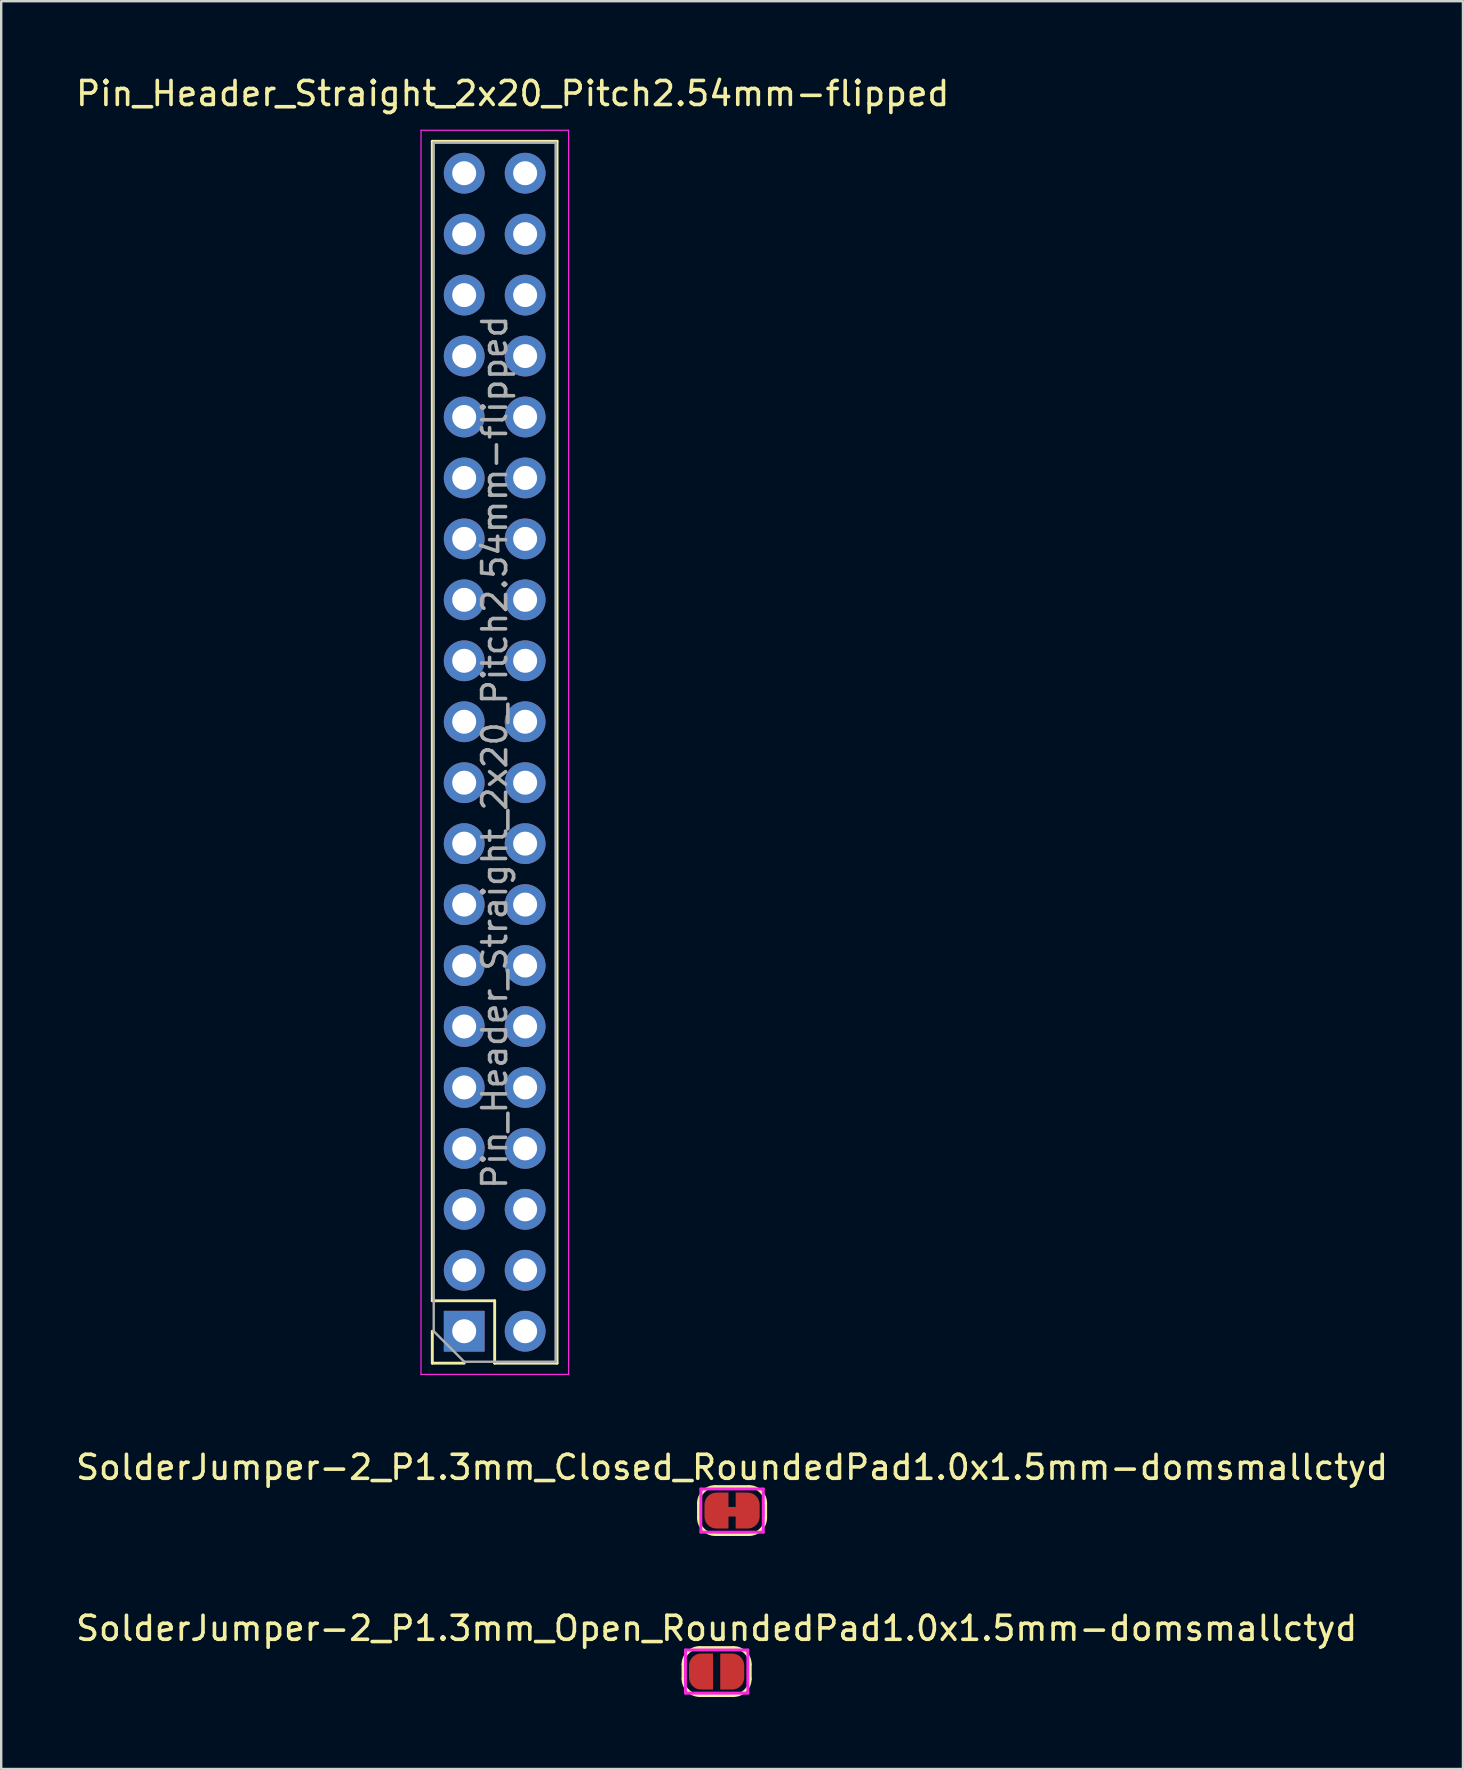
<source format=kicad_pcb>
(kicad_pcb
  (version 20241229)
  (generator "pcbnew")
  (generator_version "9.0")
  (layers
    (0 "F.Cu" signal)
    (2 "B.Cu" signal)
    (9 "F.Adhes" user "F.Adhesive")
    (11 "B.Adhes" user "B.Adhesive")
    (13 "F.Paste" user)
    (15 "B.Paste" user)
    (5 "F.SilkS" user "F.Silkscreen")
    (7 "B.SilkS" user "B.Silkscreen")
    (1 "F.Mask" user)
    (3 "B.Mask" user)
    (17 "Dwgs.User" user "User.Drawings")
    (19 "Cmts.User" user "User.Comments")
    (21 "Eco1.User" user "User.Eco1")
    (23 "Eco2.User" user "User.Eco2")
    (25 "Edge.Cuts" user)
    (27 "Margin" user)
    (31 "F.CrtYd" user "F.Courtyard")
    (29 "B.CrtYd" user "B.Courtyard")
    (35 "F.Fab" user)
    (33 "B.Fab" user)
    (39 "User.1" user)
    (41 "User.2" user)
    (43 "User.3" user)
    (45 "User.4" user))
  (footprint "SolderJumper-2_P1.3mm_Open_RoundedPad1.0x1.5mm-domsmallctyd"
    (layer "F.Cu")
    (at 26.815 66.61)
    (property "Reference" "SolderJumper-2_P1.3mm_Open_RoundedPad1.0x1.5mm-domsmallctyd" (at 0 -1.8 0) (layer "F.SilkS") (effects (font (size 1 1) (thickness 0.15))))
    (attr exclude_from_pos_files exclude_from_bom)
    (fp_line (start -1.4 0.3) (end -1.4 -0.3) (stroke (width 0.12) (type solid)) (layer "F.SilkS"))
    (fp_line (start -0.7 -1) (end 0.7 -1) (stroke (width 0.12) (type solid)) (layer "F.SilkS"))
    (fp_line (start 0.7 1) (end -0.7 1) (stroke (width 0.12) (type solid)) (layer "F.SilkS"))
    (fp_line (start 1.4 -0.3) (end 1.4 0.3) (stroke (width 0.12) (type solid)) (layer "F.SilkS"))
    (fp_arc (start -1.4 -0.3) (mid -1.194975 -0.794975) (end -0.7 -1) (stroke (width 0.12) (type solid)) (layer "F.SilkS"))
    (fp_arc (start -0.7 1) (mid -1.194975 0.794975) (end -1.4 0.3) (stroke (width 0.12) (type solid)) (layer "F.SilkS"))
    (fp_arc (start 0.7 -1) (mid 1.194975 -0.794975) (end 1.4 -0.3) (stroke (width 0.12) (type solid)) (layer "F.SilkS"))
    (fp_arc (start 1.4 0.3) (mid 1.194975 0.794975) (end 0.7 1) (stroke (width 0.12) (type solid)) (layer "F.SilkS"))
    (fp_line (start -1.3 -0.9) (end 1.3 -0.9) (stroke (width 0.12) (type solid)) (layer "F.CrtYd"))
    (fp_line (start -1.3 0.9) (end -1.3 -0.9) (stroke (width 0.12) (type solid)) (layer "F.CrtYd"))
    (fp_line (start 1.3 -0.9) (end 1.3 0.9) (stroke (width 0.12) (type solid)) (layer "F.CrtYd"))
    (fp_line (start 1.3 0.9) (end -1.3 0.9) (stroke (width 0.12) (type solid)) (layer "F.CrtYd"))
    (pad "1" smd custom (at -0.65 0) (size 1 0.5) (layers "F.Cu" "F.Mask") (options (anchor rect)) (primitives (gr_circle (center 0 0.25) (end 0.5 0.25) (width 0) (fill yes)) (gr_circle (center 0 -0.25) (end 0.5 -0.25) (width 0) (fill yes)) (gr_poly (pts (xy 0 -0.75) (xy 0.5 -0.75) (xy 0.5 0.75) (xy 0 0.75)) (width 0) (fill yes))))
    (pad "2" smd custom (at 0.65 0) (size 1 0.5) (layers "F.Cu" "F.Mask") (options (anchor rect)) (primitives (gr_circle (center 0 0.25) (end 0.5 0.25) (width 0) (fill yes)) (gr_circle (center 0 -0.25) (end 0.5 -0.25) (width 0) (fill yes)) (gr_poly (pts (xy 0 -0.75) (xy -0.5 -0.75) (xy -0.5 0.75) (xy 0 0.75)) (width 0) (fill yes)))))
  (footprint "Pin_Header_Straight_2x20_Pitch2.54mm-flipped"
    (layer "F.Cu")
    (at 17.045 3.178)
    (property "Reference" "Pin_Header_Straight_2x20_Pitch2.54mm-flipped" (at 1.27 -2.33 0) (layer "F.SilkS") (effects (font (size 1 1) (thickness 0.15))))
    (attr through_hole)
    (fp_line (start -2.08 -0.34) (end 3.12 -0.34) (stroke (width 0.12) (type solid)) (layer "F.SilkS"))
    (fp_line (start -2.08 47.98) (end -2.08 -0.34) (stroke (width 0.12) (type solid)) (layer "F.SilkS"))
    (fp_line (start -2.08 47.98) (end 0.52 47.98) (stroke (width 0.12) (type solid)) (layer "F.SilkS"))
    (fp_line (start -2.08 49.25) (end -2.08 50.58) (stroke (width 0.12) (type solid)) (layer "F.SilkS"))
    (fp_line (start -2.08 50.58) (end -0.75 50.58) (stroke (width 0.12) (type solid)) (layer "F.SilkS"))
    (fp_line (start 0.52 47.98) (end 0.52 50.58) (stroke (width 0.12) (type solid)) (layer "F.SilkS"))
    (fp_line (start 0.52 50.58) (end 3.12 50.58) (stroke (width 0.12) (type solid)) (layer "F.SilkS"))
    (fp_line (start 3.12 50.58) (end 3.12 -0.34) (stroke (width 0.12) (type solid)) (layer "F.SilkS"))
    (fp_line (start -2.55 -0.8) (end 3.6 -0.8) (stroke (width 0.05) (type solid)) (layer "F.CrtYd"))
    (fp_line (start -2.55 51.05) (end -2.55 -0.8) (stroke (width 0.05) (type solid)) (layer "F.CrtYd"))
    (fp_line (start 3.6 -0.8) (end 3.6 51.05) (stroke (width 0.05) (type solid)) (layer "F.CrtYd"))
    (fp_line (start 3.6 51.05) (end -2.55 51.05) (stroke (width 0.05) (type solid)) (layer "F.CrtYd"))
    (fp_line (start -2.02 -0.28) (end -2.02 49.25) (stroke (width 0.1) (type solid)) (layer "F.Fab"))
    (fp_line (start -2.02 49.25) (end -0.75 50.52) (stroke (width 0.1) (type solid)) (layer "F.Fab"))
    (fp_line (start -0.75 50.52) (end 3.06 50.52) (stroke (width 0.1) (type solid)) (layer "F.Fab"))
    (fp_line (start 3.06 -0.28) (end -2.02 -0.28) (stroke (width 0.1) (type solid)) (layer "F.Fab"))
    (fp_line (start 3.06 50.52) (end 3.06 -0.28) (stroke (width 0.1) (type solid)) (layer "F.Fab"))
    (fp_text user "${REFERENCE}" (at 0.52 25.12 270) (layer "F.Fab") (effects (font (size 1 1) (thickness 0.15))))
    (pad "1" thru_hole rect (at -0.75 49.25 180) (size 1.7 1.7) (drill 1) (layers "*.Cu" "*.Mask"))
    (pad "2" thru_hole oval (at 1.79 49.25 180) (size 1.7 1.7) (drill 1) (layers "*.Cu" "*.Mask"))
    (pad "3" thru_hole oval (at -0.75 46.71 180) (size 1.7 1.7) (drill 1) (layers "*.Cu" "*.Mask"))
    (pad "4" thru_hole oval (at 1.79 46.71 180) (size 1.7 1.7) (drill 1) (layers "*.Cu" "*.Mask"))
    (pad "5" thru_hole oval (at -0.75 44.17 180) (size 1.7 1.7) (drill 1) (layers "*.Cu" "*.Mask"))
    (pad "6" thru_hole oval (at 1.79 44.17 180) (size 1.7 1.7) (drill 1) (layers "*.Cu" "*.Mask"))
    (pad "7" thru_hole oval (at -0.75 41.63 180) (size 1.7 1.7) (drill 1) (layers "*.Cu" "*.Mask"))
    (pad "8" thru_hole oval (at 1.79 41.63 180) (size 1.7 1.7) (drill 1) (layers "*.Cu" "*.Mask"))
    (pad "9" thru_hole oval (at -0.75 39.09 180) (size 1.7 1.7) (drill 1) (layers "*.Cu" "*.Mask"))
    (pad "10" thru_hole oval (at 1.79 39.09 180) (size 1.7 1.7) (drill 1) (layers "*.Cu" "*.Mask"))
    (pad "11" thru_hole oval (at -0.75 36.55 180) (size 1.7 1.7) (drill 1) (layers "*.Cu" "*.Mask"))
    (pad "12" thru_hole oval (at 1.79 36.55 180) (size 1.7 1.7) (drill 1) (layers "*.Cu" "*.Mask"))
    (pad "13" thru_hole oval (at -0.75 34.01 180) (size 1.7 1.7) (drill 1) (layers "*.Cu" "*.Mask"))
    (pad "14" thru_hole oval (at 1.79 34.01 180) (size 1.7 1.7) (drill 1) (layers "*.Cu" "*.Mask"))
    (pad "15" thru_hole oval (at -0.75 31.47 180) (size 1.7 1.7) (drill 1) (layers "*.Cu" "*.Mask"))
    (pad "16" thru_hole oval (at 1.79 31.47 180) (size 1.7 1.7) (drill 1) (layers "*.Cu" "*.Mask"))
    (pad "17" thru_hole oval (at -0.75 28.93 180) (size 1.7 1.7) (drill 1) (layers "*.Cu" "*.Mask"))
    (pad "18" thru_hole oval (at 1.79 28.93 180) (size 1.7 1.7) (drill 1) (layers "*.Cu" "*.Mask"))
    (pad "19" thru_hole oval (at -0.75 26.39 180) (size 1.7 1.7) (drill 1) (layers "*.Cu" "*.Mask"))
    (pad "20" thru_hole oval (at 1.79 26.39 180) (size 1.7 1.7) (drill 1) (layers "*.Cu" "*.Mask"))
    (pad "21" thru_hole oval (at -0.75 23.85 180) (size 1.7 1.7) (drill 1) (layers "*.Cu" "*.Mask"))
    (pad "22" thru_hole oval (at 1.79 23.85 180) (size 1.7 1.7) (drill 1) (layers "*.Cu" "*.Mask"))
    (pad "23" thru_hole oval (at -0.75 21.31 180) (size 1.7 1.7) (drill 1) (layers "*.Cu" "*.Mask"))
    (pad "24" thru_hole oval (at 1.79 21.31 180) (size 1.7 1.7) (drill 1) (layers "*.Cu" "*.Mask"))
    (pad "25" thru_hole oval (at -0.75 18.77 180) (size 1.7 1.7) (drill 1) (layers "*.Cu" "*.Mask"))
    (pad "26" thru_hole oval (at 1.79 18.77 180) (size 1.7 1.7) (drill 1) (layers "*.Cu" "*.Mask"))
    (pad "27" thru_hole oval (at -0.75 16.23 180) (size 1.7 1.7) (drill 1) (layers "*.Cu" "*.Mask"))
    (pad "28" thru_hole oval (at 1.79 16.23 180) (size 1.7 1.7) (drill 1) (layers "*.Cu" "*.Mask"))
    (pad "29" thru_hole oval (at -0.75 13.69 180) (size 1.7 1.7) (drill 1) (layers "*.Cu" "*.Mask"))
    (pad "30" thru_hole oval (at 1.79 13.69 180) (size 1.7 1.7) (drill 1) (layers "*.Cu" "*.Mask"))
    (pad "31" thru_hole oval (at -0.75 11.15 180) (size 1.7 1.7) (drill 1) (layers "*.Cu" "*.Mask"))
    (pad "32" thru_hole oval (at 1.79 11.15 180) (size 1.7 1.7) (drill 1) (layers "*.Cu" "*.Mask"))
    (pad "33" thru_hole oval (at -0.75 8.61 180) (size 1.7 1.7) (drill 1) (layers "*.Cu" "*.Mask"))
    (pad "34" thru_hole oval (at 1.79 8.61 180) (size 1.7 1.7) (drill 1) (layers "*.Cu" "*.Mask"))
    (pad "35" thru_hole oval (at -0.75 6.07 180) (size 1.7 1.7) (drill 1) (layers "*.Cu" "*.Mask"))
    (pad "36" thru_hole oval (at 1.79 6.07 180) (size 1.7 1.7) (drill 1) (layers "*.Cu" "*.Mask"))
    (pad "37" thru_hole oval (at -0.75 3.53 180) (size 1.7 1.7) (drill 1) (layers "*.Cu" "*.Mask"))
    (pad "38" thru_hole oval (at 1.79 3.53 180) (size 1.7 1.7) (drill 1) (layers "*.Cu" "*.Mask"))
    (pad "39" thru_hole oval (at -0.75 0.99 180) (size 1.7 1.7) (drill 1) (layers "*.Cu" "*.Mask"))
    (pad "40" thru_hole oval (at 1.79 0.99 180) (size 1.7 1.7) (drill 1) (layers "*.Cu" "*.Mask")))
  (footprint "SolderJumper-2_P1.3mm_Closed_RoundedPad1.0x1.5mm-domsmallctyd"
    (layer "F.Cu")
    (at 27.458 59.901)
    (property "Reference" "SolderJumper-2_P1.3mm_Closed_RoundedPad1.0x1.5mm-domsmallctyd" (at 0 -1.8 0) (layer "F.SilkS") (effects (font (size 1 1) (thickness 0.15))))
    (attr exclude_from_pos_files exclude_from_bom)
    (fp_poly (pts (xy 0.2 0.2) (xy -0.2 0.2) (xy -0.2 -0.1) (xy 0.2 -0.1)) (stroke (width 0.1) (type solid)) (fill yes) (layer "F.Cu"))
    (fp_line (start -1.4 0.3) (end -1.4 -0.3) (stroke (width 0.12) (type solid)) (layer "F.SilkS"))
    (fp_line (start -0.7 -1) (end 0.7 -1) (stroke (width 0.12) (type solid)) (layer "F.SilkS"))
    (fp_line (start 0.7 1) (end -0.7 1) (stroke (width 0.12) (type solid)) (layer "F.SilkS"))
    (fp_line (start 1.4 -0.3) (end 1.4 0.3) (stroke (width 0.12) (type solid)) (layer "F.SilkS"))
    (fp_arc (start -1.4 -0.3) (mid -1.194975 -0.794975) (end -0.7 -1) (stroke (width 0.12) (type solid)) (layer "F.SilkS"))
    (fp_arc (start -0.7 1) (mid -1.194975 0.794975) (end -1.4 0.3) (stroke (width 0.12) (type solid)) (layer "F.SilkS"))
    (fp_arc (start 0.7 -1) (mid 1.194975 -0.794975) (end 1.4 -0.3) (stroke (width 0.12) (type solid)) (layer "F.SilkS"))
    (fp_arc (start 1.4 0.3) (mid 1.194975 0.794975) (end 0.7 1) (stroke (width 0.12) (type solid)) (layer "F.SilkS"))
    (fp_line (start -1.3 -0.9) (end 1.3 -0.9) (stroke (width 0.12) (type solid)) (layer "F.CrtYd"))
    (fp_line (start -1.3 0.9) (end -1.3 -0.9) (stroke (width 0.12) (type solid)) (layer "F.CrtYd"))
    (fp_line (start 1.3 -0.9) (end 1.3 0.9) (stroke (width 0.12) (type solid)) (layer "F.CrtYd"))
    (fp_line (start 1.3 0.9) (end -1.3 0.9) (stroke (width 0.12) (type solid)) (layer "F.CrtYd"))
    (pad "1" smd custom (at -0.65 0) (size 1 0.5) (layers "F.Cu" "F.Mask") (options (anchor rect)) (primitives (gr_circle (center 0 0.25) (end 0.5 0.25) (width 0) (fill yes)) (gr_circle (center 0 -0.25) (end 0.5 -0.25) (width 0) (fill yes)) (gr_poly (pts (xy 0 -0.75) (xy 0.5 -0.75) (xy 0.5 0.75) (xy 0 0.75)) (width 0) (fill yes))))
    (pad "2" smd custom (at 0.65 0) (size 1 0.5) (layers "F.Cu" "F.Mask") (options (anchor rect)) (primitives (gr_circle (center 0 0.25) (end 0.5 0.25) (width 0) (fill yes)) (gr_circle (center 0 -0.25) (end 0.5 -0.25) (width 0) (fill yes)) (gr_poly (pts (xy 0 -0.75) (xy -0.5 -0.75) (xy -0.5 0.75) (xy 0 0.75)) (width 0) (fill yes)))))
  (gr_rect
    (start -3 -3)
    (end 57.917 70.67)
    (stroke (width 0.1) (type default))
    (fill no)
    (layer "Edge.Cuts")))
</source>
